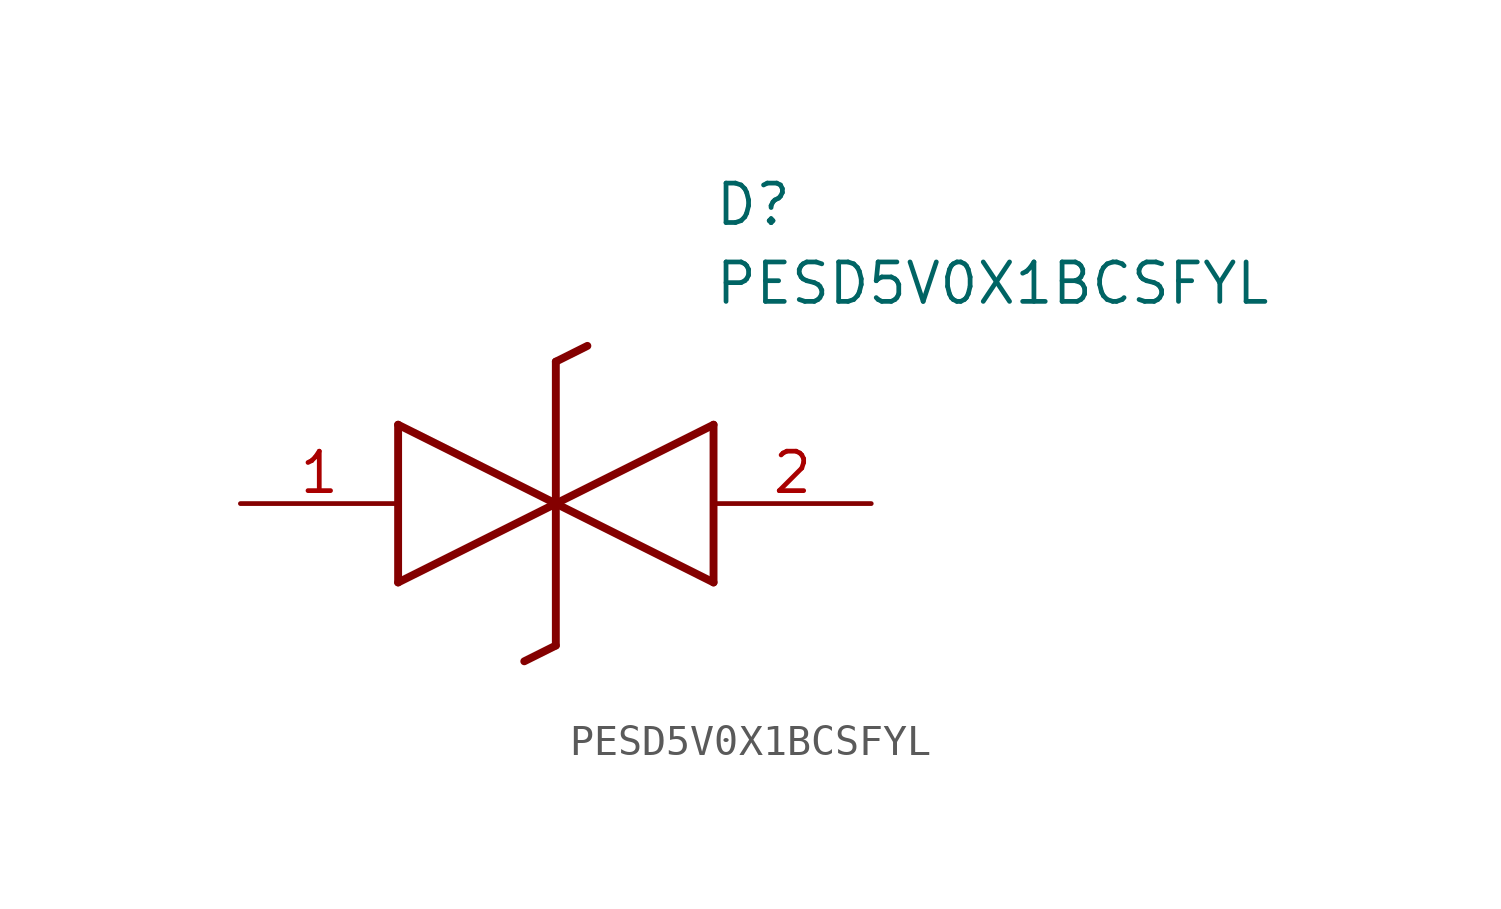
<source format=kicad_sym>
(kicad_symbol_lib
  (version 20211014)
  (generator SamacSys_ECAD_Model)
  (symbol "PESD5V0X1BCSFYL"
    (pin_names hide)
    (property "Reference" "D"
      (at 15.24 8.89 0)
      (effects (font (size 1.27 1.27)) (justify left bottom)))
    (property "Value" "PESD5V0X1BCSFYL"
      (at 15.24 6.35 0)
      (effects (font (size 1.27 1.27)) (justify left bottom)))
    (polyline
      (pts (xy 10.16 0) (xy 5.08 -2.54))
      (stroke (width 0.254) (type default))
      (fill (type none)))
    (polyline
      (pts (xy 5.08 2.54) (xy 5.08 -2.54))
      (stroke (width 0.254) (type default))
      (fill (type none)))
    (polyline
      (pts (xy 5.08 2.54) (xy 10.16 0))
      (stroke (width 0.254) (type default))
      (fill (type none)))
    (polyline
      (pts (xy 10.16 0) (xy 15.24 -2.54))
      (stroke (width 0.254) (type default))
      (fill (type none)))
    (polyline
      (pts (xy 15.24 2.54) (xy 15.24 -2.54))
      (stroke (width 0.254) (type default))
      (fill (type none)))
    (polyline
      (pts (xy 15.24 2.54) (xy 10.16 0))
      (stroke (width 0.254) (type default))
      (fill (type none)))
    (polyline
      (pts (xy 10.16 -4.572) (xy 10.16 4.572))
      (stroke (width 0.254) (type default))
      (fill (type none)))
    (polyline
      (pts (xy 11.176 5.08) (xy 10.16 4.572))
      (stroke (width 0.254) (type default))
      (fill (type none)))
    (polyline
      (pts (xy 10.16 -4.572) (xy 9.144 -5.08))
      (stroke (width 0.254) (type default))
      (fill (type none)))
    (pin passive line
      (at 0 0 0)
      (length 5.08)
      (name "K1" (effects (font (size 1.27 1.27))))
      (number "1" (effects (font (size 1.27 1.27)))))
    (pin passive line
      (at 20.32 0 180)
      (length 5.08)
      (name "K2" (effects (font (size 1.27 1.27))))
      (number "2" (effects (font (size 1.27 1.27)))))))
</source>
